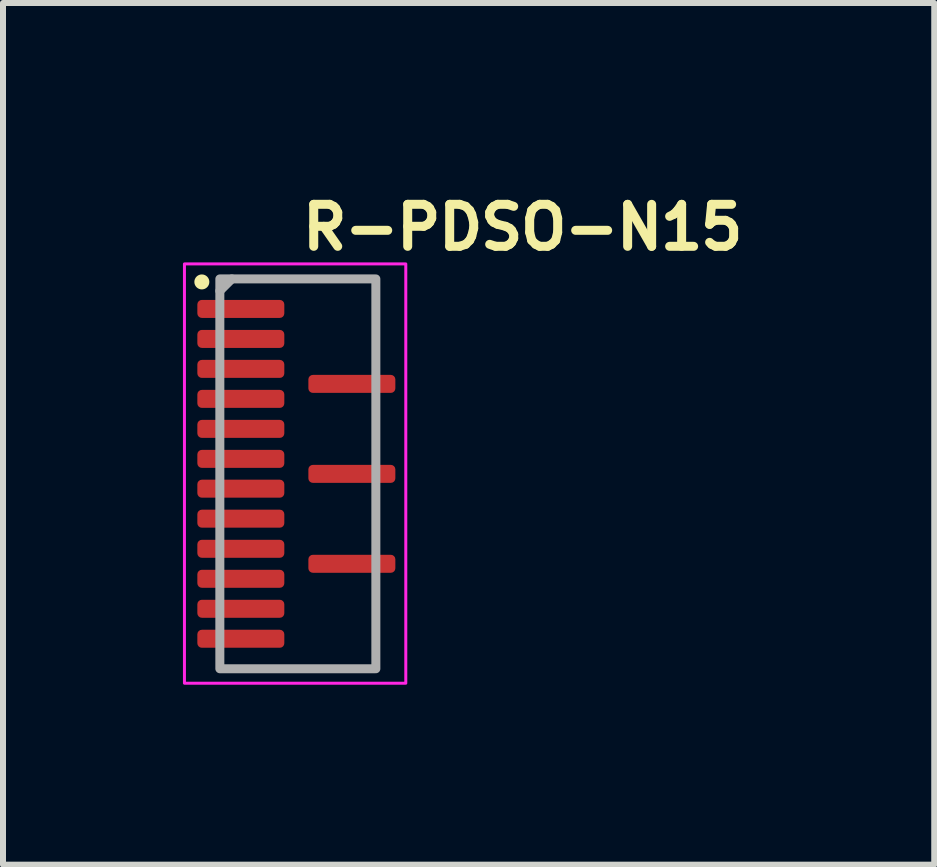
<source format=kicad_pcb>
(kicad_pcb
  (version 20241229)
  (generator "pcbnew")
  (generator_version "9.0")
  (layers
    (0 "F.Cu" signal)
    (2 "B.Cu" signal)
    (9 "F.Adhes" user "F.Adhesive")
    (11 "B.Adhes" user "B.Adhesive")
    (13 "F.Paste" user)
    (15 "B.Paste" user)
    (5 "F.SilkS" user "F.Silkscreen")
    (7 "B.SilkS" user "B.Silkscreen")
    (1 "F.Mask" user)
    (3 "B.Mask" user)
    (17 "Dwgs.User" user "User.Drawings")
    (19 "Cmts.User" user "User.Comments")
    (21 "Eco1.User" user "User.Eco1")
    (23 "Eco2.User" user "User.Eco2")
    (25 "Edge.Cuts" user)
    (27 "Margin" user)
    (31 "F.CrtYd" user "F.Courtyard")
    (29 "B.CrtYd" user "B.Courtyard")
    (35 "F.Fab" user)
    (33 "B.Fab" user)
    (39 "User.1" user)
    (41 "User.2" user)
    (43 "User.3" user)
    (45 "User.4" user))
  (footprint "R-PDSO-N15"
    (layer "F.Cu")
    (at 1.915 4.85)
    (property "Reference" "R-PDSO-N15" (at 0 -3.7 0) (layer "F.SilkS") (effects (font (size 0.7 0.7) (thickness 0.15)) (justify left bottom)))
    (attr smd)
    (fp_circle (center -1.6 -3.2) (end -1.6 -3.15) (stroke (width 0.15) (type solid)) (fill yes) (layer "F.SilkS"))
    (fp_rect (start 1.8 -3.5) (end -1.89 3.49) (stroke (width 0.05) (type solid)) (fill no) (layer "F.CrtYd"))
    (fp_line (start -1.3 -3.051) (end -1.1 -3.25) (stroke (width 0.15) (type solid)) (layer "F.Fab"))
    (fp_rect (start 1.301 -3.25) (end -1.3 3.249) (stroke (width 0.15) (type solid)) (fill no) (layer "F.Fab"))
    (fp_rect (start 1.301 -3.25) (end -1.3 3.249) (stroke (width 0.1) (type solid)) (fill no) (layer "User.5"))
    (fp_rect (start 1.301 -3.25) (end -1.3 3.249) (stroke (width 0.1) (type solid)) (fill no) (layer "User.5"))
    (fp_line (start -1.3 -2.9) (end -1.28 -2.9) (stroke (width 0.02) (type solid)) (layer "User.9"))
    (fp_line (start -1.3 -2.601) (end -1.3 -2.9) (stroke (width 0.02) (type solid)) (layer "User.9"))
    (fp_line (start -1.3 -2.4) (end -1.3 -2.101) (stroke (width 0.02) (type solid)) (layer "User.9"))
    (fp_line (start -1.3 -2.101) (end -1.28 -2.101) (stroke (width 0.02) (type solid)) (layer "User.9"))
    (fp_line (start -1.3 -1.901) (end -1.3 -1.601) (stroke (width 0.02) (type solid)) (layer "User.9"))
    (fp_line (start -1.3 -1.601) (end -1.28 -1.601) (stroke (width 0.02) (type solid)) (layer "User.9"))
    (fp_line (start -1.3 -1.401) (end -1.3 -1.101) (stroke (width 0.02) (type solid)) (layer "User.9"))
    (fp_line (start -1.3 -1.101) (end -1.28 -1.101) (stroke (width 0.02) (type solid)) (layer "User.9"))
    (fp_line (start -1.3 -0.903) (end -1.3 -0.601) (stroke (width 0.02) (type solid)) (layer "User.9"))
    (fp_line (start -1.3 -0.601) (end -1.28 -0.601) (stroke (width 0.02) (type solid)) (layer "User.9"))
    (fp_line (start -1.3 -0.403) (end -1.3 -0.103) (stroke (width 0.02) (type solid)) (layer "User.9"))
    (fp_line (start -1.3 -0.103) (end -1.28 -0.103) (stroke (width 0.02) (type solid)) (layer "User.9"))
    (fp_line (start -1.3 0.099) (end -1.3 0.399) (stroke (width 0.02) (type solid)) (layer "User.9"))
    (fp_line (start -1.3 0.399) (end -1.28 0.399) (stroke (width 0.02) (type solid)) (layer "User.9"))
    (fp_line (start -1.3 0.598) (end -1.3 0.9) (stroke (width 0.02) (type solid)) (layer "User.9"))
    (fp_line (start -1.3 0.9) (end -1.28 0.9) (stroke (width 0.02) (type solid)) (layer "User.9"))
    (fp_line (start -1.3 1.1) (end -1.3 1.398) (stroke (width 0.02) (type solid)) (layer "User.9"))
    (fp_line (start -1.3 1.398) (end -1.28 1.398) (stroke (width 0.02) (type solid)) (layer "User.9"))
    (fp_line (start -1.3 1.6) (end -1.3 1.898) (stroke (width 0.02) (type solid)) (layer "User.9"))
    (fp_line (start -1.3 1.898) (end -1.28 1.898) (stroke (width 0.02) (type solid)) (layer "User.9"))
    (fp_line (start -1.3 2.1) (end -1.3 2.398) (stroke (width 0.02) (type solid)) (layer "User.9"))
    (fp_line (start -1.3 2.398) (end -1.28 2.398) (stroke (width 0.02) (type solid)) (layer "User.9"))
    (fp_line (start -1.3 2.6) (end -1.3 2.898) (stroke (width 0.02) (type solid)) (layer "User.9"))
    (fp_line (start -1.3 2.898) (end -1.28 2.898) (stroke (width 0.02) (type solid)) (layer "User.9"))
    (fp_line (start -1.28 -3.25) (end 1.281 -3.25) (stroke (width 0.02) (type solid)) (layer "User.9"))
    (fp_line (start -1.28 -2.601) (end -1.3 -2.601) (stroke (width 0.02) (type solid)) (layer "User.9"))
    (fp_line (start -1.28 -2.4) (end -1.3 -2.4) (stroke (width 0.02) (type solid)) (layer "User.9"))
    (fp_line (start -1.28 -1.901) (end -1.3 -1.901) (stroke (width 0.02) (type solid)) (layer "User.9"))
    (fp_line (start -1.28 -1.401) (end -1.3 -1.401) (stroke (width 0.02) (type solid)) (layer "User.9"))
    (fp_line (start -1.28 -0.903) (end -1.3 -0.903) (stroke (width 0.02) (type solid)) (layer "User.9"))
    (fp_line (start -1.28 -0.403) (end -1.3 -0.403) (stroke (width 0.02) (type solid)) (layer "User.9"))
    (fp_line (start -1.28 0.099) (end -1.3 0.099) (stroke (width 0.02) (type solid)) (layer "User.9"))
    (fp_line (start -1.28 0.598) (end -1.3 0.598) (stroke (width 0.02) (type solid)) (layer "User.9"))
    (fp_line (start -1.28 1.1) (end -1.3 1.1) (stroke (width 0.02) (type solid)) (layer "User.9"))
    (fp_line (start -1.28 1.6) (end -1.3 1.6) (stroke (width 0.02) (type solid)) (layer "User.9"))
    (fp_line (start -1.28 2.1) (end -1.3 2.1) (stroke (width 0.02) (type solid)) (layer "User.9"))
    (fp_line (start -1.28 2.6) (end -1.3 2.6) (stroke (width 0.02) (type solid)) (layer "User.9"))
    (fp_line (start -1.28 3.249) (end -1.28 -3.25) (stroke (width 0.02) (type solid)) (layer "User.9"))
    (fp_line (start -0.998 -2.75) (end -0.997 -2.763) (stroke (width 0.02) (type solid)) (layer "User.9"))
    (fp_line (start -0.997 -2.763) (end -0.996 -2.778) (stroke (width 0.02) (type solid)) (layer "User.9"))
    (fp_line (start -0.997 -2.738) (end -0.998 -2.75) (stroke (width 0.02) (type solid)) (layer "User.9"))
    (fp_line (start -0.996 -2.778) (end -0.994 -2.79) (stroke (width 0.02) (type solid)) (layer "User.9"))
    (fp_line (start -0.996 -2.726) (end -0.997 -2.738) (stroke (width 0.02) (type solid)) (layer "User.9"))
    (fp_line (start -0.994 -2.79) (end -0.991 -2.802) (stroke (width 0.02) (type solid)) (layer "User.9"))
    (fp_line (start -0.994 -2.714) (end -0.996 -2.726) (stroke (width 0.02) (type solid)) (layer "User.9"))
    (fp_line (start -0.991 -2.802) (end -0.987 -2.814) (stroke (width 0.02) (type solid)) (layer "User.9"))
    (fp_line (start -0.991 -2.699) (end -0.994 -2.714) (stroke (width 0.02) (type solid)) (layer "User.9"))
    (fp_line (start -0.987 -2.814) (end -0.982 -2.827) (stroke (width 0.02) (type solid)) (layer "User.9"))
    (fp_line (start -0.987 -2.689) (end -0.991 -2.699) (stroke (width 0.02) (type solid)) (layer "User.9"))
    (fp_line (start -0.982 -2.827) (end -0.977 -2.839) (stroke (width 0.02) (type solid)) (layer "User.9"))
    (fp_line (start -0.982 -2.674) (end -0.987 -2.689) (stroke (width 0.02) (type solid)) (layer "User.9"))
    (fp_line (start -0.977 -2.839) (end -0.971 -2.851) (stroke (width 0.02) (type solid)) (layer "User.9"))
    (fp_line (start -0.977 -2.662) (end -0.982 -2.674) (stroke (width 0.02) (type solid)) (layer "User.9"))
    (fp_line (start -0.971 -2.851) (end -0.971 -2.851) (stroke (width 0.02) (type solid)) (layer "User.9"))
    (fp_line (start -0.971 -2.851) (end -0.967 -2.856) (stroke (width 0.02) (type solid)) (layer "User.9"))
    (fp_line (start -0.971 -2.65) (end -0.977 -2.662) (stroke (width 0.02) (type solid)) (layer "User.9"))
    (fp_line (start -0.971 -2.65) (end -0.971 -2.65) (stroke (width 0.02) (type solid)) (layer "User.9"))
    (fp_line (start -0.967 -2.856) (end -0.964 -2.863) (stroke (width 0.02) (type solid)) (layer "User.9"))
    (fp_line (start -0.964 -2.863) (end -0.96 -2.867) (stroke (width 0.02) (type solid)) (layer "User.9"))
    (fp_line (start -0.964 -2.641) (end -0.971 -2.65) (stroke (width 0.02) (type solid)) (layer "User.9"))
    (fp_line (start -0.96 -2.867) (end -0.958 -2.875) (stroke (width 0.02) (type solid)) (layer "User.9"))
    (fp_line (start -0.958 -2.875) (end -0.954 -2.879) (stroke (width 0.02) (type solid)) (layer "User.9"))
    (fp_line (start -0.958 -2.629) (end -0.964 -2.641) (stroke (width 0.02) (type solid)) (layer "User.9"))
    (fp_line (start -0.954 -2.879) (end -0.95 -2.883) (stroke (width 0.02) (type solid)) (layer "User.9"))
    (fp_line (start -0.95 -2.883) (end -0.945 -2.888) (stroke (width 0.02) (type solid)) (layer "User.9"))
    (fp_line (start -0.95 -2.618) (end -0.958 -2.629) (stroke (width 0.02) (type solid)) (layer "User.9"))
    (fp_line (start -0.945 -2.888) (end -0.941 -2.892) (stroke (width 0.02) (type solid)) (layer "User.9"))
    (fp_line (start -0.941 -2.892) (end -0.936 -2.899) (stroke (width 0.02) (type solid)) (layer "User.9"))
    (fp_line (start -0.941 -2.609) (end -0.95 -2.618) (stroke (width 0.02) (type solid)) (layer "User.9"))
    (fp_line (start -0.936 -2.899) (end -0.931 -2.903) (stroke (width 0.02) (type solid)) (layer "User.9"))
    (fp_line (start -0.931 -2.903) (end -0.926 -2.907) (stroke (width 0.02) (type solid)) (layer "User.9"))
    (fp_line (start -0.931 -2.601) (end -0.941 -2.609) (stroke (width 0.02) (type solid)) (layer "User.9"))
    (fp_line (start -0.926 -2.907) (end -0.921 -2.911) (stroke (width 0.02) (type solid)) (layer "User.9"))
    (fp_line (start -0.921 -2.911) (end -0.916 -2.915) (stroke (width 0.02) (type solid)) (layer "User.9"))
    (fp_line (start -0.921 -2.593) (end -0.931 -2.601) (stroke (width 0.02) (type solid)) (layer "User.9"))
    (fp_line (start -0.916 -2.915) (end -0.91 -2.919) (stroke (width 0.02) (type solid)) (layer "User.9"))
    (fp_line (start -0.91 -2.919) (end -0.905 -2.92) (stroke (width 0.02) (type solid)) (layer "User.9"))
    (fp_line (start -0.91 -2.585) (end -0.921 -2.593) (stroke (width 0.02) (type solid)) (layer "User.9"))
    (fp_line (start -0.905 -2.92) (end -0.9 -2.924) (stroke (width 0.02) (type solid)) (layer "User.9"))
    (fp_line (start -0.9 -2.924) (end -0.892 -2.927) (stroke (width 0.02) (type solid)) (layer "User.9"))
    (fp_line (start -0.9 -2.577) (end -0.91 -2.585) (stroke (width 0.02) (type solid)) (layer "User.9"))
    (fp_line (start -0.892 -2.927) (end -0.886 -2.931) (stroke (width 0.02) (type solid)) (layer "User.9"))
    (fp_line (start -0.886 -2.931) (end -0.88 -2.935) (stroke (width 0.02) (type solid)) (layer "User.9"))
    (fp_line (start -0.886 -2.573) (end -0.9 -2.577) (stroke (width 0.02) (type solid)) (layer "User.9"))
    (fp_line (start -0.88 -2.935) (end -0.874 -2.935) (stroke (width 0.02) (type solid)) (layer "User.9"))
    (fp_line (start -0.874 -2.935) (end -0.868 -2.939) (stroke (width 0.02) (type solid)) (layer "User.9"))
    (fp_line (start -0.874 -2.566) (end -0.886 -2.573) (stroke (width 0.02) (type solid)) (layer "User.9"))
    (fp_line (start -0.868 -2.939) (end -0.862 -2.94) (stroke (width 0.02) (type solid)) (layer "User.9"))
    (fp_line (start -0.862 -2.94) (end -0.856 -2.943) (stroke (width 0.02) (type solid)) (layer "User.9"))
    (fp_line (start -0.862 -2.561) (end -0.874 -2.566) (stroke (width 0.02) (type solid)) (layer "User.9"))
    (fp_line (start -0.856 -2.943) (end -0.85 -2.944) (stroke (width 0.02) (type solid)) (layer "User.9"))
    (fp_line (start -0.85 -2.944) (end -0.843 -2.945) (stroke (width 0.02) (type solid)) (layer "User.9"))
    (fp_line (start -0.85 -2.557) (end -0.862 -2.561) (stroke (width 0.02) (type solid)) (layer "User.9"))
    (fp_line (start -0.843 -2.945) (end -0.837 -2.948) (stroke (width 0.02) (type solid)) (layer "User.9"))
    (fp_line (start -0.837 -2.948) (end -0.832 -2.948) (stroke (width 0.02) (type solid)) (layer "User.9"))
    (fp_line (start -0.837 -2.556) (end -0.85 -2.557) (stroke (width 0.02) (type solid)) (layer "User.9"))
    (fp_line (start -0.832 -2.948) (end -0.826 -2.949) (stroke (width 0.02) (type solid)) (layer "User.9"))
    (fp_line (start -0.826 -2.949) (end -0.819 -2.952) (stroke (width 0.02) (type solid)) (layer "User.9"))
    (fp_line (start -0.826 -2.552) (end -0.837 -2.556) (stroke (width 0.02) (type solid)) (layer "User.9"))
    (fp_line (start -0.819 -2.952) (end -0.813 -2.952) (stroke (width 0.02) (type solid)) (layer "User.9"))
    (fp_line (start -0.813 -2.952) (end -0.806 -2.952) (stroke (width 0.02) (type solid)) (layer "User.9"))
    (fp_line (start -0.813 -2.552) (end -0.826 -2.552) (stroke (width 0.02) (type solid)) (layer "User.9"))
    (fp_line (start -0.806 -2.952) (end -0.8 -2.952) (stroke (width 0.02) (type solid)) (layer "User.9"))
    (fp_line (start -0.8 -2.952) (end -0.786 -2.952) (stroke (width 0.02) (type solid)) (layer "User.9"))
    (fp_line (start -0.8 -2.552) (end -0.813 -2.552) (stroke (width 0.02) (type solid)) (layer "User.9"))
    (fp_line (start -0.793 -2.552) (end -0.8 -2.552) (stroke (width 0.02) (type solid)) (layer "User.9"))
    (fp_line (start -0.786 -2.952) (end -0.773 -2.949) (stroke (width 0.02) (type solid)) (layer "User.9"))
    (fp_line (start -0.786 -2.552) (end -0.793 -2.552) (stroke (width 0.02) (type solid)) (layer "User.9"))
    (fp_line (start -0.78 -2.552) (end -0.786 -2.552) (stroke (width 0.02) (type solid)) (layer "User.9"))
    (fp_line (start -0.773 -2.949) (end -0.758 -2.948) (stroke (width 0.02) (type solid)) (layer "User.9"))
    (fp_line (start -0.773 -2.552) (end -0.78 -2.552) (stroke (width 0.02) (type solid)) (layer "User.9"))
    (fp_line (start -0.764 -2.553) (end -0.773 -2.552) (stroke (width 0.02) (type solid)) (layer "User.9"))
    (fp_line (start -0.758 -2.948) (end -0.745 -2.944) (stroke (width 0.02) (type solid)) (layer "User.9"))
    (fp_line (start -0.758 -2.556) (end -0.764 -2.553) (stroke (width 0.02) (type solid)) (layer "User.9"))
    (fp_line (start -0.752 -2.556) (end -0.758 -2.556) (stroke (width 0.02) (type solid)) (layer "User.9"))
    (fp_line (start -0.745 -2.944) (end -0.733 -2.94) (stroke (width 0.02) (type solid)) (layer "User.9"))
    (fp_line (start -0.745 -2.557) (end -0.752 -2.556) (stroke (width 0.02) (type solid)) (layer "User.9"))
    (fp_line (start -0.739 -2.56) (end -0.745 -2.557) (stroke (width 0.02) (type solid)) (layer "User.9"))
    (fp_line (start -0.733 -2.94) (end -0.721 -2.935) (stroke (width 0.02) (type solid)) (layer "User.9"))
    (fp_line (start -0.733 -2.561) (end -0.739 -2.56) (stroke (width 0.02) (type solid)) (layer "User.9"))
    (fp_line (start -0.727 -2.565) (end -0.733 -2.561) (stroke (width 0.02) (type solid)) (layer "User.9"))
    (fp_line (start -0.721 -2.935) (end -0.709 -2.931) (stroke (width 0.02) (type solid)) (layer "User.9"))
    (fp_line (start -0.721 -2.566) (end -0.727 -2.565) (stroke (width 0.02) (type solid)) (layer "User.9"))
    (fp_line (start -0.715 -2.569) (end -0.721 -2.566) (stroke (width 0.02) (type solid)) (layer "User.9"))
    (fp_line (start -0.709 -2.931) (end -0.7 -2.924) (stroke (width 0.02) (type solid)) (layer "User.9"))
    (fp_line (start -0.709 -2.573) (end -0.715 -2.569) (stroke (width 0.02) (type solid)) (layer "User.9"))
    (fp_line (start -0.703 -2.574) (end -0.709 -2.573) (stroke (width 0.02) (type solid)) (layer "User.9"))
    (fp_line (start -0.7 -2.924) (end -0.689 -2.919) (stroke (width 0.02) (type solid)) (layer "User.9"))
    (fp_line (start -0.7 -2.577) (end -0.703 -2.574) (stroke (width 0.02) (type solid)) (layer "User.9"))
    (fp_line (start -0.694 -2.581) (end -0.7 -2.577) (stroke (width 0.02) (type solid)) (layer "User.9"))
    (fp_line (start -0.689 -2.919) (end -0.678 -2.911) (stroke (width 0.02) (type solid)) (layer "User.9"))
    (fp_line (start -0.689 -2.585) (end -0.694 -2.581) (stroke (width 0.02) (type solid)) (layer "User.9"))
    (fp_line (start -0.683 -2.589) (end -0.689 -2.585) (stroke (width 0.02) (type solid)) (layer "User.9"))
    (fp_line (start -0.678 -2.911) (end -0.668 -2.903) (stroke (width 0.02) (type solid)) (layer "User.9"))
    (fp_line (start -0.678 -2.593) (end -0.683 -2.589) (stroke (width 0.02) (type solid)) (layer "User.9"))
    (fp_line (start -0.673 -2.597) (end -0.678 -2.593) (stroke (width 0.02) (type solid)) (layer "User.9"))
    (fp_line (start -0.668 -2.903) (end -0.658 -2.892) (stroke (width 0.02) (type solid)) (layer "User.9"))
    (fp_line (start -0.668 -2.601) (end -0.673 -2.597) (stroke (width 0.02) (type solid)) (layer "User.9"))
    (fp_line (start -0.663 -2.605) (end -0.668 -2.601) (stroke (width 0.02) (type solid)) (layer "User.9"))
    (fp_line (start -0.658 -2.892) (end -0.649 -2.883) (stroke (width 0.02) (type solid)) (layer "User.9"))
    (fp_line (start -0.658 -2.609) (end -0.663 -2.605) (stroke (width 0.02) (type solid)) (layer "User.9"))
    (fp_line (start -0.654 -2.613) (end -0.658 -2.609) (stroke (width 0.02) (type solid)) (layer "User.9"))
    (fp_line (start -0.649 -2.883) (end -0.641 -2.875) (stroke (width 0.02) (type solid)) (layer "User.9"))
    (fp_line (start -0.649 -2.618) (end -0.654 -2.613) (stroke (width 0.02) (type solid)) (layer "User.9"))
    (fp_line (start -0.645 -2.625) (end -0.649 -2.618) (stroke (width 0.02) (type solid)) (layer "User.9"))
    (fp_line (start -0.641 -2.875) (end -0.631 -2.863) (stroke (width 0.02) (type solid)) (layer "User.9"))
    (fp_line (start -0.641 -2.629) (end -0.645 -2.625) (stroke (width 0.02) (type solid)) (layer "User.9"))
    (fp_line (start -0.635 -2.634) (end -0.641 -2.629) (stroke (width 0.02) (type solid)) (layer "User.9"))
    (fp_line (start -0.631 -2.863) (end -0.624 -2.851) (stroke (width 0.02) (type solid)) (layer "User.9"))
    (fp_line (start -0.631 -2.641) (end -0.635 -2.634) (stroke (width 0.02) (type solid)) (layer "User.9"))
    (fp_line (start -0.628 -2.645) (end -0.631 -2.641) (stroke (width 0.02) (type solid)) (layer "User.9"))
    (fp_line (start -0.624 -2.851) (end -0.624 -2.851) (stroke (width 0.02) (type solid)) (layer "User.9"))
    (fp_line (start -0.624 -2.851) (end -0.618 -2.839) (stroke (width 0.02) (type solid)) (layer "User.9"))
    (fp_line (start -0.624 -2.65) (end -0.628 -2.645) (stroke (width 0.02) (type solid)) (layer "User.9"))
    (fp_line (start -0.624 -2.65) (end -0.624 -2.65) (stroke (width 0.02) (type solid)) (layer "User.9"))
    (fp_line (start -0.618 -2.839) (end -0.613 -2.827) (stroke (width 0.02) (type solid)) (layer "User.9"))
    (fp_line (start -0.618 -2.662) (end -0.624 -2.65) (stroke (width 0.02) (type solid)) (layer "User.9"))
    (fp_line (start -0.613 -2.827) (end -0.608 -2.814) (stroke (width 0.02) (type solid)) (layer "User.9"))
    (fp_line (start -0.613 -2.674) (end -0.618 -2.662) (stroke (width 0.02) (type solid)) (layer "User.9"))
    (fp_line (start -0.608 -2.814) (end -0.604 -2.802) (stroke (width 0.02) (type solid)) (layer "User.9"))
    (fp_line (start -0.608 -2.689) (end -0.613 -2.674) (stroke (width 0.02) (type solid)) (layer "User.9"))
    (fp_line (start -0.604 -2.802) (end -0.601 -2.79) (stroke (width 0.02) (type solid)) (layer "User.9"))
    (fp_line (start -0.604 -2.699) (end -0.608 -2.689) (stroke (width 0.02) (type solid)) (layer "User.9"))
    (fp_line (start -0.601 -2.79) (end -0.599 -2.778) (stroke (width 0.02) (type solid)) (layer "User.9"))
    (fp_line (start -0.601 -2.714) (end -0.604 -2.699) (stroke (width 0.02) (type solid)) (layer "User.9"))
    (fp_line (start -0.599 -2.778) (end -0.598 -2.763) (stroke (width 0.02) (type solid)) (layer "User.9"))
    (fp_line (start -0.599 -2.726) (end -0.601 -2.714) (stroke (width 0.02) (type solid)) (layer "User.9"))
    (fp_line (start -0.598 -2.763) (end -0.598 -2.75) (stroke (width 0.02) (type solid)) (layer "User.9"))
    (fp_line (start -0.598 -2.75) (end -0.598 -2.738) (stroke (width 0.02) (type solid)) (layer "User.9"))
    (fp_line (start -0.598 -2.738) (end -0.599 -2.726) (stroke (width 0.02) (type solid)) (layer "User.9"))
    (fp_line (start 1.281 -3.25) (end 1.281 3.249) (stroke (width 0.02) (type solid)) (layer "User.9"))
    (fp_line (start 1.281 -1.351) (end 1.301 -1.351) (stroke (width 0.02) (type solid)) (layer "User.9"))
    (fp_line (start 1.281 0.148) (end 1.301 0.148) (stroke (width 0.02) (type solid)) (layer "User.9"))
    (fp_line (start 1.281 1.648) (end 1.301 1.648) (stroke (width 0.02) (type solid)) (layer "User.9"))
    (fp_line (start 1.281 3.249) (end -1.28 3.249) (stroke (width 0.02) (type solid)) (layer "User.9"))
    (fp_line (start 1.301 -1.651) (end 1.281 -1.651) (stroke (width 0.02) (type solid)) (layer "User.9"))
    (fp_line (start 1.301 -1.351) (end 1.301 -1.651) (stroke (width 0.02) (type solid)) (layer "User.9"))
    (fp_line (start 1.301 -0.15) (end 1.281 -0.15) (stroke (width 0.02) (type solid)) (layer "User.9"))
    (fp_line (start 1.301 0.148) (end 1.301 -0.15) (stroke (width 0.02) (type solid)) (layer "User.9"))
    (fp_line (start 1.301 1.35) (end 1.281 1.35) (stroke (width 0.02) (type solid)) (layer "User.9"))
    (fp_line (start 1.301 1.648) (end 1.301 1.35) (stroke (width 0.02) (type solid)) (layer "User.9"))
    (pad "1" smd roundrect (at -0.95 -2.75 270) (size 0.3 1.45) (layers "F.Cu" "F.Mask" "F.Paste") (roundrect_rratio 0.25))
    (pad "2" smd roundrect (at -0.95 -2.25 270) (size 0.3 1.45) (layers "F.Cu" "F.Mask" "F.Paste") (roundrect_rratio 0.25))
    (pad "3" smd roundrect (at -0.95 -1.75 270) (size 0.3 1.45) (layers "F.Cu" "F.Mask" "F.Paste") (roundrect_rratio 0.25))
    (pad "4" smd roundrect (at -0.95 -1.25 270) (size 0.3 1.45) (layers "F.Cu" "F.Mask" "F.Paste") (roundrect_rratio 0.25))
    (pad "5" smd roundrect (at -0.95 -0.75 270) (size 0.3 1.45) (layers "F.Cu" "F.Mask" "F.Paste") (roundrect_rratio 0.25))
    (pad "6" smd roundrect (at -0.95 -0.25 270) (size 0.3 1.45) (layers "F.Cu" "F.Mask" "F.Paste") (roundrect_rratio 0.25))
    (pad "7" smd roundrect (at -0.95 0.247 270) (size 0.3 1.45) (layers "F.Cu" "F.Mask" "F.Paste") (roundrect_rratio 0.25))
    (pad "8" smd roundrect (at -0.95 0.747 270) (size 0.3 1.45) (layers "F.Cu" "F.Mask" "F.Paste") (roundrect_rratio 0.25))
    (pad "9" smd roundrect (at -0.95 1.249 270) (size 0.3 1.45) (layers "F.Cu" "F.Mask" "F.Paste") (roundrect_rratio 0.25))
    (pad "10" smd roundrect (at -0.95 1.749 270) (size 0.3 1.45) (layers "F.Cu" "F.Mask" "F.Paste") (roundrect_rratio 0.25))
    (pad "11" smd roundrect (at -0.95 2.249 270) (size 0.3 1.45) (layers "F.Cu" "F.Mask" "F.Paste") (roundrect_rratio 0.25))
    (pad "12" smd roundrect (at -0.95 2.749 270) (size 0.3 1.45) (layers "F.Cu" "F.Mask" "F.Paste") (roundrect_rratio 0.25))
    (pad "13" smd roundrect (at 0.901 1.499 270) (size 0.3 1.45) (layers "F.Cu" "F.Mask" "F.Paste") (roundrect_rratio 0.25))
    (pad "14" smd roundrect (at 0.901 0 270) (size 0.3 1.45) (layers "F.Cu" "F.Mask" "F.Paste") (roundrect_rratio 0.25))
    (pad "15" smd roundrect (at 0.901 -1.5 270) (size 0.3 1.45) (layers "F.Cu" "F.Mask" "F.Paste") (roundrect_rratio 0.25)))
  (gr_rect
    (start -3 -3)
    (end 12.525 11.365)
    (stroke (width 0.1) (type default))
    (fill no)
    (layer "Edge.Cuts")))
</source>
